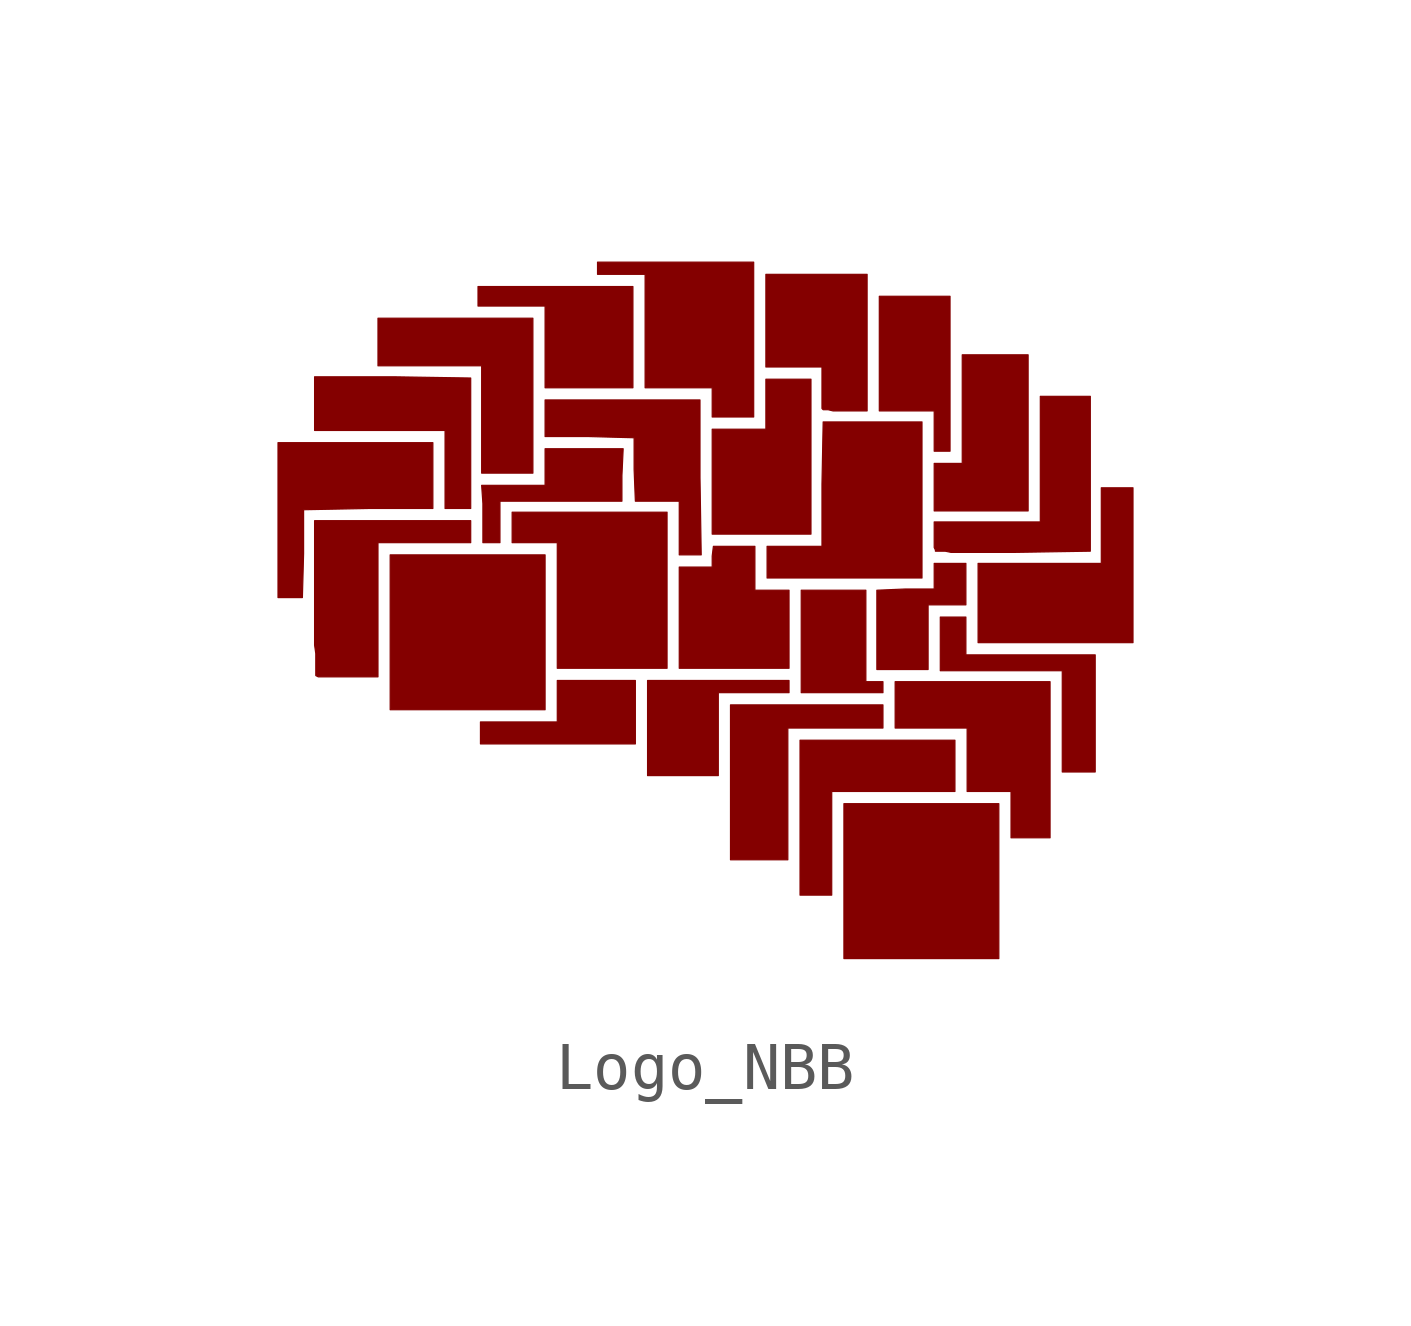
<source format=kicad_sym>
(kicad_symbol_lib
  (version 20201005)
  (generator kicad_symbol_editor)
  (symbol "NB3_power:Logo_NBB"
    (pin_names
      (offset 1.016))
    (property "Reference" "#G"
      (at 0 -8.89 0)
      (effects (font (size 1.27 1.27)) hide))
    (symbol "Logo_NBB_0_0"
      (polyline (pts (xy -3.353 1.168) (xy -6.579 1.168) (xy -6.579 -2.057) (xy -3.353 -2.057) (xy -3.353 1.168)) (stroke (width 0.025)) (fill (type outline)))
      (polyline (pts (xy 6.096 -4.013) (xy 2.87 -4.013) (xy 2.87 -7.239) (xy 6.096 -7.239) (xy 6.096 -4.013)) (stroke (width 0.025)) (fill (type outline)))
      (polyline (pts (xy -3.607 6.096) (xy -6.833 6.096) (xy -6.833 5.105) (xy -4.674 5.105) (xy -4.674 2.87) (xy -3.607 2.87) (xy -3.607 6.096)) (stroke (width 0.025)) (fill (type outline)))
      (polyline (pts (xy -1.524 6.756) (xy -4.75 6.756) (xy -4.75 6.35) (xy -3.353 6.35) (xy -3.353 4.648) (xy -1.524 4.648) (xy -1.524 6.756)) (stroke (width 0.025)) (fill (type outline)))
      (polyline (pts (xy -1.473 -1.448) (xy -3.099 -1.448) (xy -3.099 -2.311) (xy -4.699 -2.311) (xy -4.699 -2.769) (xy -1.473 -2.769) (xy -1.473 -1.448)) (stroke (width 0.025)) (fill (type outline)))
      (polyline (pts (xy -0.813 2.057) (xy -4.039 2.057) (xy -4.039 1.422) (xy -3.099 1.422) (xy -3.099 -1.194) (xy -0.813 -1.194) (xy -0.813 2.057)) (stroke (width 0.025)) (fill (type outline)))
      (polyline (pts (xy 0.254 -1.702) (xy 1.727 -1.702) (xy 1.727 -1.448) (xy -1.219 -1.448) (xy -1.219 -3.429) (xy 0.254 -3.429) (xy 0.254 -1.702)) (stroke (width 0.025)) (fill (type outline)))
      (polyline (pts (xy 1.702 -2.438) (xy 3.683 -2.438) (xy 3.683 -1.956) (xy 0.508 -1.956) (xy 0.508 -5.182) (xy 1.702 -5.182) (xy 1.702 -2.438)) (stroke (width 0.025)) (fill (type outline)))
      (polyline (pts (xy 2.184 4.826) (xy 1.245 4.826) (xy 1.245 3.785) (xy 0.127 3.785) (xy 0.127 1.6) (xy 2.184 1.6) (xy 2.184 4.826)) (stroke (width 0.025)) (fill (type outline)))
      (polyline (pts (xy 2.616 -3.759) (xy 5.182 -3.759) (xy 5.182 -2.692) (xy 1.956 -2.692) (xy 1.956 -5.918) (xy 2.616 -5.918) (xy 2.616 -3.759)) (stroke (width 0.025)) (fill (type outline)))
      (polyline (pts (xy 3.683 -1.473) (xy 3.327 -1.473) (xy 3.327 0.432) (xy 1.981 0.432) (xy 1.981 -1.702) (xy 3.683 -1.702) (xy 3.683 -1.473)) (stroke (width 0.025)) (fill (type outline)))
      (polyline (pts (xy 5.08 6.553) (xy 3.607 6.553) (xy 3.607 4.166) (xy 4.75 4.166) (xy 4.75 3.327) (xy 5.08 3.327) (xy 5.08 6.553)) (stroke (width 0.025)) (fill (type outline)))
      (polyline (pts (xy 6.706 5.334) (xy 5.334 5.334) (xy 5.334 3.073) (xy 4.75 3.073) (xy 4.75 2.083) (xy 6.706 2.083) (xy 6.706 5.334)) (stroke (width 0.025)) (fill (type outline)))
      (polyline (pts (xy 8.89 2.565) (xy 8.23 2.565) (xy 8.23 0.991) (xy 5.664 0.991) (xy 5.664 -0.66) (xy 8.89 -0.66) (xy 8.89 2.565)) (stroke (width 0.025)) (fill (type outline)))
      (polyline (pts (xy -4.902 4.851) (xy -6.528 4.877) (xy -8.153 4.877) (xy -8.153 3.759) (xy -5.436 3.759) (xy -5.436 2.134) (xy -4.902 2.134) (xy -4.902 4.851)) (stroke (width 0.025)) (fill (type outline)))
      (polyline (pts (xy 4.496 3.937) (xy 2.438 3.937) (xy 2.413 2.642) (xy 2.413 1.346) (xy 1.27 1.346) (xy 1.27 0.686) (xy 4.496 0.686) (xy 4.496 3.937)) (stroke (width 0.025)) (fill (type outline)))
      (polyline (pts (xy -8.382 1.194) (xy -8.382 2.108) (xy -7.036 2.134) (xy -5.69 2.134) (xy -5.69 3.505) (xy -8.915 3.505) (xy -8.915 0.279) (xy -8.407 0.279) (xy -8.382 1.194)) (stroke (width 0.025)) (fill (type outline)))
      (polyline (pts (xy 0.991 7.264) (xy -2.261 7.264) (xy -2.261 7.01) (xy -1.27 7.01) (xy -1.27 4.648) (xy 0.127 4.648) (xy 0.127 4.039) (xy 0.991 4.039) (xy 0.991 7.264)) (stroke (width 0.025)) (fill (type outline)))
      (polyline (pts (xy 7.163 -1.473) (xy 3.937 -1.473) (xy 3.937 -2.438) (xy 5.436 -2.438) (xy 5.436 -3.759) (xy 6.35 -3.759) (xy 6.35 -4.724) (xy 7.163 -4.724) (xy 7.163 -1.473)) (stroke (width 0.025)) (fill (type outline)))
      (polyline (pts (xy 8.103 -0.914) (xy 5.41 -0.914) (xy 5.41 -0.127) (xy 4.877 -0.127) (xy 4.877 -1.245) (xy 7.417 -1.245) (xy 7.417 -3.353) (xy 8.103 -3.353) (xy 8.103 -0.914)) (stroke (width 0.025)) (fill (type outline)))
      (polyline (pts (xy -6.833 1.422) (xy -4.902 1.422) (xy -4.902 1.88) (xy -8.153 1.88) (xy -8.153 -0.711) (xy -8.128 -0.889) (xy -8.128 -1.346) (xy -8.077 -1.372) (xy -6.833 -1.372) (xy -6.833 1.422)) (stroke (width 0.025)) (fill (type outline)))
      (polyline (pts (xy 1.727 0.432) (xy 1.016 0.432) (xy 1.016 1.346) (xy 0.152 1.346) (xy 0.127 1.143) (xy 0.127 0.914) (xy -0.559 0.914) (xy -0.559 -1.194) (xy 1.727 -1.194) (xy 1.727 0.432)) (stroke (width 0.025)) (fill (type outline)))
      (polyline (pts (xy 3.353 7.01) (xy 1.245 7.01) (xy 1.245 5.08) (xy 2.413 5.08) (xy 2.413 4.216) (xy 2.438 4.191) (xy 2.54 4.191) (xy 2.642 4.166) (xy 3.353 4.166) (xy 3.353 7.01)) (stroke (width 0.025)) (fill (type outline)))
      (polyline (pts (xy 4.623 0.127) (xy 5.41 0.127) (xy 5.41 0.991) (xy 4.75 0.991) (xy 4.75 0.457) (xy 4.14 0.457) (xy 3.556 0.432) (xy 3.556 -1.219) (xy 4.623 -1.219) (xy 4.623 0.127)) (stroke (width 0.025)) (fill (type outline)))
      (polyline (pts (xy -4.293 2.286) (xy -1.753 2.286) (xy -1.753 2.819) (xy -1.727 3.378) (xy -3.353 3.378) (xy -3.353 2.616) (xy -4.674 2.616) (xy -4.648 2.235) (xy -4.648 1.422) (xy -4.293 1.422) (xy -4.293 2.286)) (stroke (width 0.025)) (fill (type outline)))
      (polyline (pts (xy -0.127 2.769) (xy -0.127 4.394) (xy -3.353 4.394) (xy -3.353 3.632) (xy -2.438 3.632) (xy -1.499 3.607) (xy -1.499 2.946) (xy -1.473 2.286) (xy -0.559 2.286) (xy -0.559 1.168) (xy -0.102 1.168) (xy -0.127 2.769)) (stroke (width 0.025)) (fill (type outline)))
      (polyline (pts (xy 8.001 1.245) (xy 8.001 4.47) (xy 6.96 4.47) (xy 6.96 1.854) (xy 4.75 1.854) (xy 4.75 1.321) (xy 4.775 1.27) (xy 4.775 1.245) (xy 4.978 1.245) (xy 5.105 1.219) (xy 6.375 1.219) (xy 8.001 1.245)) (stroke (width 0.025)) (fill (type outline))))))
</source>
